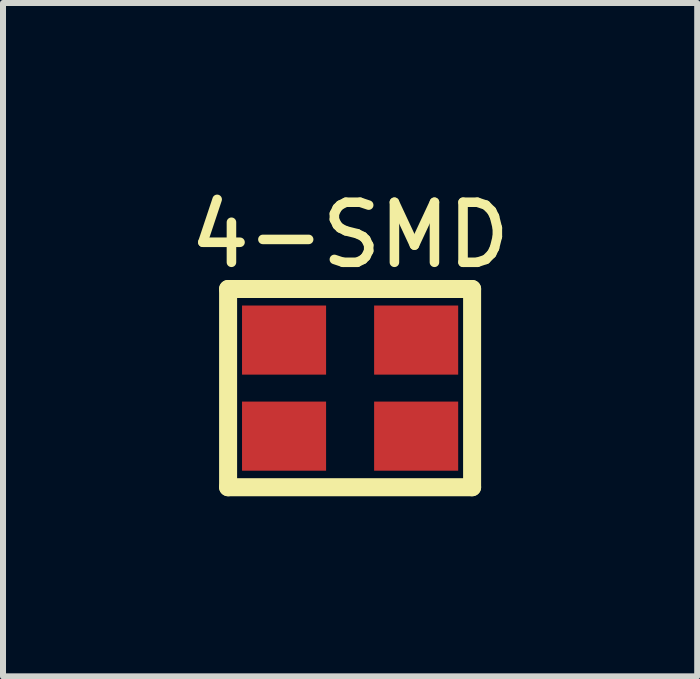
<source format=kicad_pcb>
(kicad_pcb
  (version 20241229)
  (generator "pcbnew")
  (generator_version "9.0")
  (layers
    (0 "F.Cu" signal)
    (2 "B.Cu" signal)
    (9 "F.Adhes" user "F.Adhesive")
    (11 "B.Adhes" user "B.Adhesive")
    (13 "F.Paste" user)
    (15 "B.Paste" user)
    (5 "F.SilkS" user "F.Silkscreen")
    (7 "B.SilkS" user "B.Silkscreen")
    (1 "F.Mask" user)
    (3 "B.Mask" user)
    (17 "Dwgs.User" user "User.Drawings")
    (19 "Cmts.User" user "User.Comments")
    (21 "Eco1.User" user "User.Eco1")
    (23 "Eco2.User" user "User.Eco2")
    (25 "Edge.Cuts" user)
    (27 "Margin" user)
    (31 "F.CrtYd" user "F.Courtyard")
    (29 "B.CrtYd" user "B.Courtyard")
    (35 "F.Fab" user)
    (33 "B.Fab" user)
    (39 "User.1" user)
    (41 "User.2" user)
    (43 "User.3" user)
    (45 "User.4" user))
  (footprint "4-SMD"
    (layer "F.Cu")
    (at 2.781 3.414)
    (property "Reference" "4-SMD" (at 0 -2.55 0) (layer "F.SilkS") (effects (font (size 1 1) (thickness 0.159))))
    (attr smd)
    (fp_line (start -2.032 -1.651) (end 2.032 -1.651) (stroke (width 0.3) (type solid)) (layer "F.SilkS"))
    (fp_line (start -2.032 1.651) (end -2.032 -1.651) (stroke (width 0.3) (type solid)) (layer "F.SilkS"))
    (fp_line (start 2.032 -1.651) (end 2.032 1.651) (stroke (width 0.3) (type solid)) (layer "F.SilkS"))
    (fp_line (start 2.032 1.651) (end -2.032 1.651) (stroke (width 0.3) (type solid)) (layer "F.SilkS"))
    (pad "1" smd rect (at -1.1 0.8) (size 1.4 1.151) (layers "F.Cu" "F.Mask" "F.Paste"))
    (pad "2" smd rect (at 1.1 0.8) (size 1.4 1.151) (layers "F.Cu" "F.Mask" "F.Paste"))
    (pad "3" smd rect (at 1.1 -0.8) (size 1.4 1.151) (layers "F.Cu" "F.Mask" "F.Paste"))
    (pad "4" smd rect (at -1.1 -0.8) (size 1.4 1.151) (layers "F.Cu" "F.Mask" "F.Paste")))
  (gr_rect
    (start -3 -3)
    (end 8.562 8.215)
    (stroke (width 0.1) (type default))
    (fill no)
    (layer "Edge.Cuts")))
</source>
